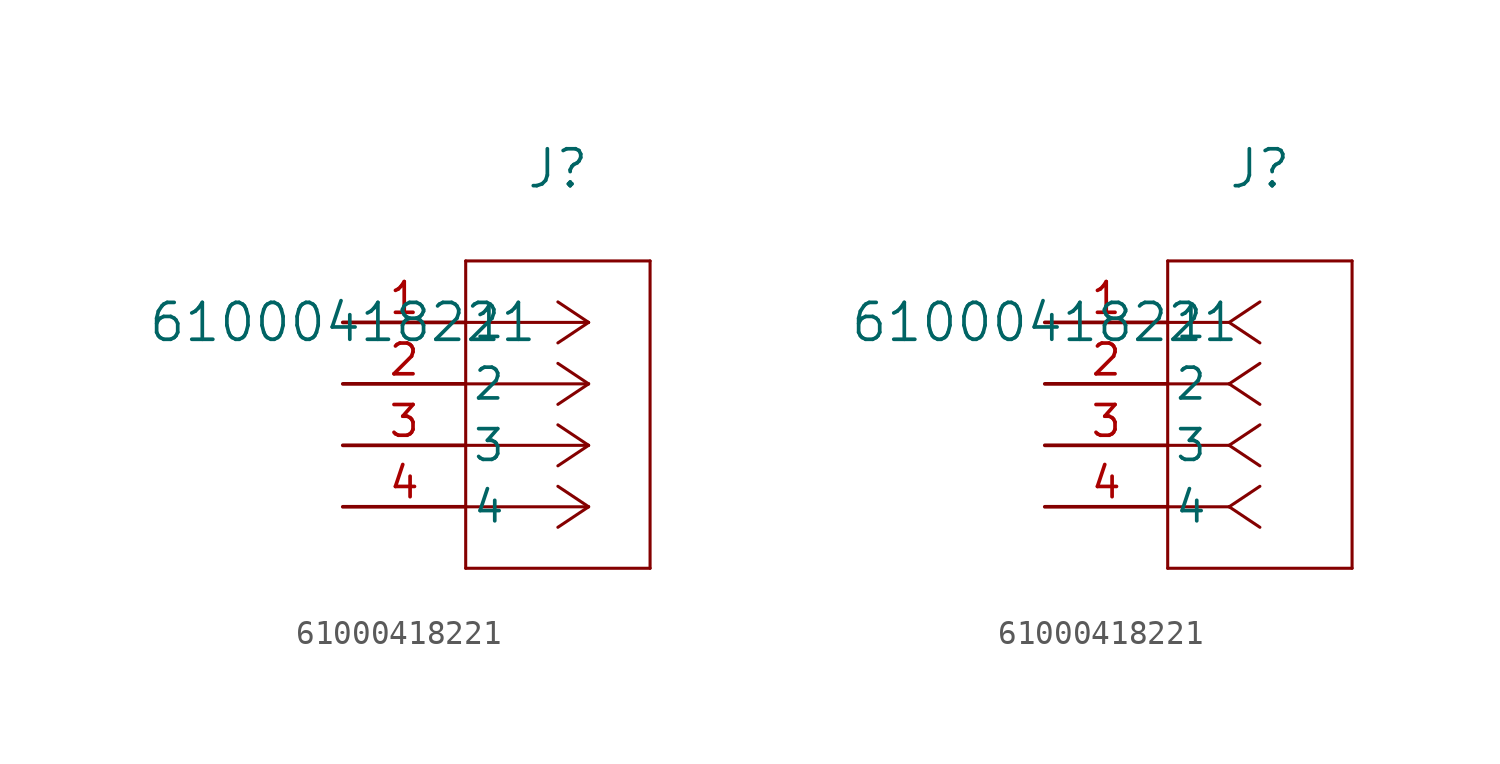
<source format=kicad_sym>
(kicad_symbol_lib
  (version 20211014)
  (generator kicad_symbol_editor)
  (symbol "61000418221"
    (pin_names
      (offset 0.254))
    (property "Reference" "J"
      (at 8.89 6.35 0)
      (effects (font (size 1.524 1.524))))
    (property "Value" "61000418221"
      (at 0 0 0)
      (effects (font (size 1.524 1.524))))
    (symbol "61000418221_1_1"
      (polyline (pts (xy 10.16 0) (xy 5.08 0)) (stroke (width 0.127) (type default) (color 0 0 0 0)) (fill (type none)))
      (polyline (pts (xy 10.16 -2.54) (xy 5.08 -2.54)) (stroke (width 0.127) (type default) (color 0 0 0 0)) (fill (type none)))
      (polyline (pts (xy 10.16 -5.08) (xy 5.08 -5.08)) (stroke (width 0.127) (type default) (color 0 0 0 0)) (fill (type none)))
      (polyline (pts (xy 10.16 -7.62) (xy 5.08 -7.62)) (stroke (width 0.127) (type default) (color 0 0 0 0)) (fill (type none)))
      (polyline (pts (xy 10.16 0) (xy 8.89 0.847)) (stroke (width 0.127) (type default) (color 0 0 0 0)) (fill (type none)))
      (polyline (pts (xy 10.16 -2.54) (xy 8.89 -1.693)) (stroke (width 0.127) (type default) (color 0 0 0 0)) (fill (type none)))
      (polyline (pts (xy 10.16 -5.08) (xy 8.89 -4.233)) (stroke (width 0.127) (type default) (color 0 0 0 0)) (fill (type none)))
      (polyline (pts (xy 10.16 -7.62) (xy 8.89 -6.773)) (stroke (width 0.127) (type default) (color 0 0 0 0)) (fill (type none)))
      (polyline (pts (xy 10.16 0) (xy 8.89 -0.847)) (stroke (width 0.127) (type default) (color 0 0 0 0)) (fill (type none)))
      (polyline (pts (xy 10.16 -2.54) (xy 8.89 -3.387)) (stroke (width 0.127) (type default) (color 0 0 0 0)) (fill (type none)))
      (polyline (pts (xy 10.16 -5.08) (xy 8.89 -5.927)) (stroke (width 0.127) (type default) (color 0 0 0 0)) (fill (type none)))
      (polyline (pts (xy 10.16 -7.62) (xy 8.89 -8.467)) (stroke (width 0.127) (type default) (color 0 0 0 0)) (fill (type none)))
      (polyline (pts (xy 5.08 2.54) (xy 5.08 -10.16)) (stroke (width 0.127) (type default) (color 0 0 0 0)) (fill (type none)))
      (polyline (pts (xy 5.08 -10.16) (xy 12.7 -10.16)) (stroke (width 0.127) (type default) (color 0 0 0 0)) (fill (type none)))
      (polyline (pts (xy 12.7 -10.16) (xy 12.7 2.54)) (stroke (width 0.127) (type default) (color 0 0 0 0)) (fill (type none)))
      (polyline (pts (xy 12.7 2.54) (xy 5.08 2.54)) (stroke (width 0.127) (type default) (color 0 0 0 0)) (fill (type none)))
      (pin unspecified line (at 0 0 0) (length 5.08) (name "1" (effects (font (size 1.27 1.27)))) (number "1" (effects (font (size 1.27 1.27)))))
      (pin unspecified line (at 0 -2.54 0) (length 5.08) (name "2" (effects (font (size 1.27 1.27)))) (number "2" (effects (font (size 1.27 1.27)))))
      (pin unspecified line (at 0 -5.08 0) (length 5.08) (name "3" (effects (font (size 1.27 1.27)))) (number "3" (effects (font (size 1.27 1.27)))))
      (pin unspecified line (at 0 -7.62 0) (length 5.08) (name "4" (effects (font (size 1.27 1.27)))) (number "4" (effects (font (size 1.27 1.27))))))
    (symbol "61000418221_1_2"
      (polyline (pts (xy 7.62 0) (xy 5.08 0)) (stroke (width 0.127) (type default) (color 0 0 0 0)) (fill (type none)))
      (polyline (pts (xy 7.62 -2.54) (xy 5.08 -2.54)) (stroke (width 0.127) (type default) (color 0 0 0 0)) (fill (type none)))
      (polyline (pts (xy 7.62 -5.08) (xy 5.08 -5.08)) (stroke (width 0.127) (type default) (color 0 0 0 0)) (fill (type none)))
      (polyline (pts (xy 7.62 -7.62) (xy 5.08 -7.62)) (stroke (width 0.127) (type default) (color 0 0 0 0)) (fill (type none)))
      (polyline (pts (xy 7.62 0) (xy 8.89 0.847)) (stroke (width 0.127) (type default) (color 0 0 0 0)) (fill (type none)))
      (polyline (pts (xy 7.62 -2.54) (xy 8.89 -1.693)) (stroke (width 0.127) (type default) (color 0 0 0 0)) (fill (type none)))
      (polyline (pts (xy 7.62 -5.08) (xy 8.89 -4.233)) (stroke (width 0.127) (type default) (color 0 0 0 0)) (fill (type none)))
      (polyline (pts (xy 7.62 -7.62) (xy 8.89 -6.773)) (stroke (width 0.127) (type default) (color 0 0 0 0)) (fill (type none)))
      (polyline (pts (xy 7.62 0) (xy 8.89 -0.847)) (stroke (width 0.127) (type default) (color 0 0 0 0)) (fill (type none)))
      (polyline (pts (xy 7.62 -2.54) (xy 8.89 -3.387)) (stroke (width 0.127) (type default) (color 0 0 0 0)) (fill (type none)))
      (polyline (pts (xy 7.62 -5.08) (xy 8.89 -5.927)) (stroke (width 0.127) (type default) (color 0 0 0 0)) (fill (type none)))
      (polyline (pts (xy 7.62 -7.62) (xy 8.89 -8.467)) (stroke (width 0.127) (type default) (color 0 0 0 0)) (fill (type none)))
      (polyline (pts (xy 5.08 2.54) (xy 5.08 -10.16)) (stroke (width 0.127) (type default) (color 0 0 0 0)) (fill (type none)))
      (polyline (pts (xy 5.08 -10.16) (xy 12.7 -10.16)) (stroke (width 0.127) (type default) (color 0 0 0 0)) (fill (type none)))
      (polyline (pts (xy 12.7 -10.16) (xy 12.7 2.54)) (stroke (width 0.127) (type default) (color 0 0 0 0)) (fill (type none)))
      (polyline (pts (xy 12.7 2.54) (xy 5.08 2.54)) (stroke (width 0.127) (type default) (color 0 0 0 0)) (fill (type none)))
      (pin unspecified line (at 0 0 0) (length 5.08) (name "1" (effects (font (size 1.27 1.27)))) (number "1" (effects (font (size 1.27 1.27)))))
      (pin unspecified line (at 0 -2.54 0) (length 5.08) (name "2" (effects (font (size 1.27 1.27)))) (number "2" (effects (font (size 1.27 1.27)))))
      (pin unspecified line (at 0 -5.08 0) (length 5.08) (name "3" (effects (font (size 1.27 1.27)))) (number "3" (effects (font (size 1.27 1.27)))))
      (pin unspecified line (at 0 -7.62 0) (length 5.08) (name "4" (effects (font (size 1.27 1.27)))) (number "4" (effects (font (size 1.27 1.27))))))))
</source>
